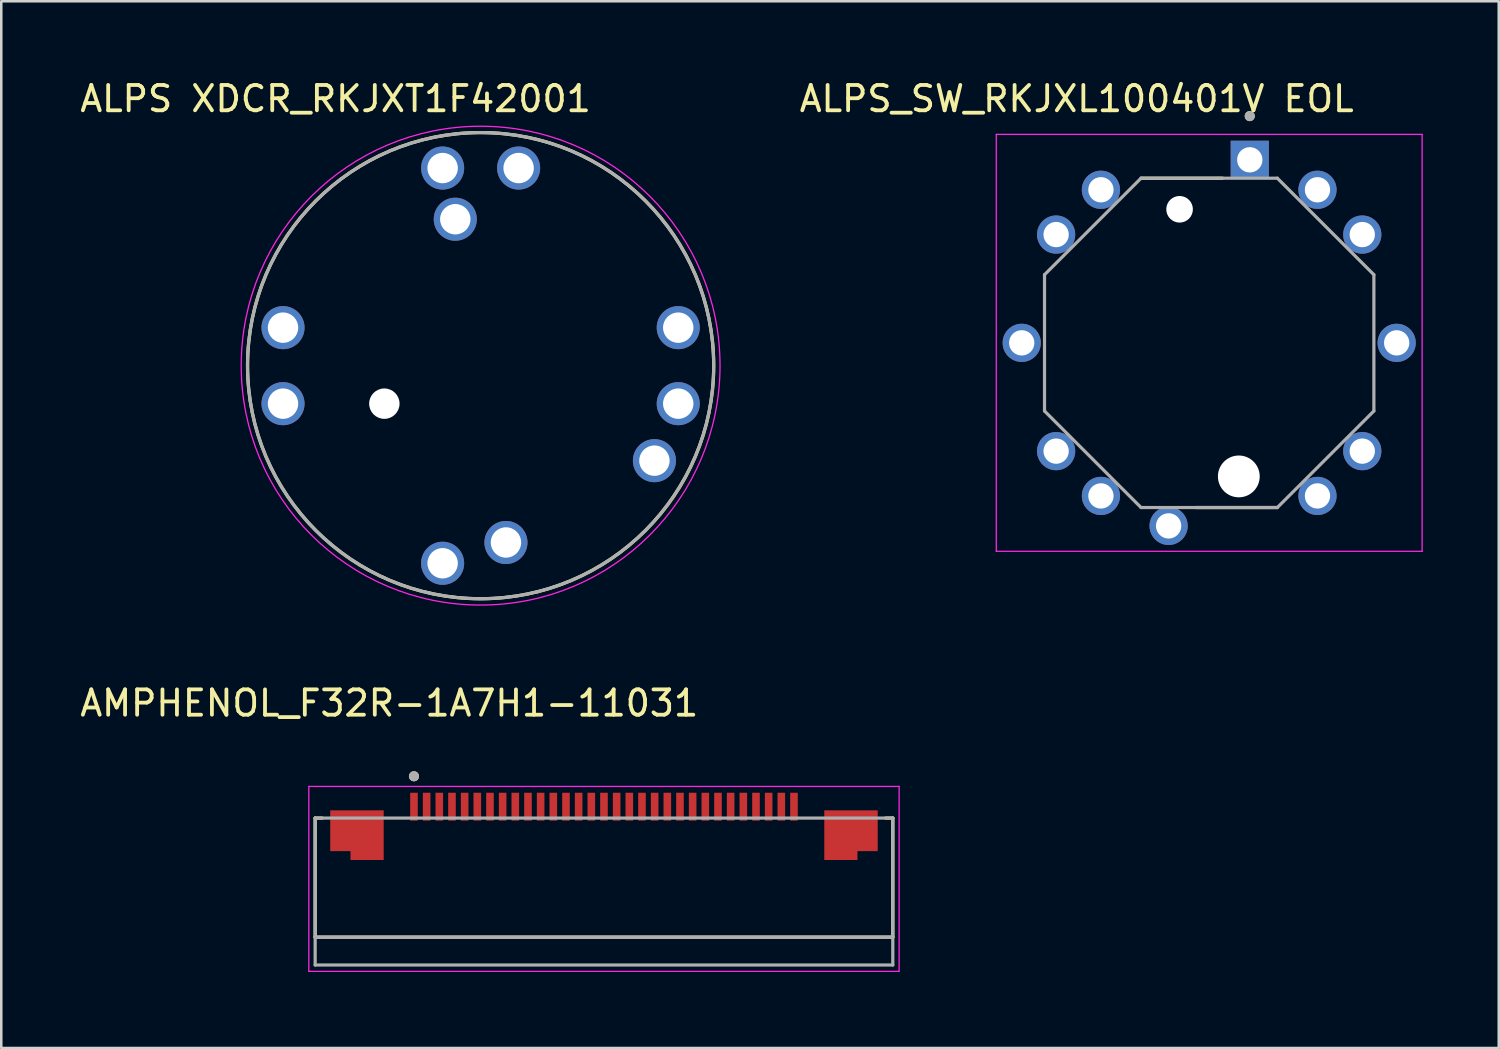
<source format=kicad_pcb>
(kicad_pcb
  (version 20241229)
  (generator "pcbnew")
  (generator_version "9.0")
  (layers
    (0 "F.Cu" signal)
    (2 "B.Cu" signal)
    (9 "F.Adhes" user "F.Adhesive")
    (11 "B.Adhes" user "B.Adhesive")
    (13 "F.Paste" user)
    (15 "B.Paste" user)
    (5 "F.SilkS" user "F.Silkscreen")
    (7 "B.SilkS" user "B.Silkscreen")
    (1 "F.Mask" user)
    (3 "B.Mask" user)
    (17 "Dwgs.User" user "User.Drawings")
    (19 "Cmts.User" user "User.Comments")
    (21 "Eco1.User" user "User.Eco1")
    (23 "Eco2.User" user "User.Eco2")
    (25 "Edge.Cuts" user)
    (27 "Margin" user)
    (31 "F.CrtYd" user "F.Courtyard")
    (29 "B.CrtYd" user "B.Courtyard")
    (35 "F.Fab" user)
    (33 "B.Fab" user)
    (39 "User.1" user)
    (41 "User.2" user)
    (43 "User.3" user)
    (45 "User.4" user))
  (footprint "ALPS XDCR_RKJXT1F42001"
    (layer "F.Cu")
    (at 15.921 11.383)
    (property "Reference" "ALPS XDCR_RKJXT1F42001" (at -5.725 -10.535 0) (layer "F.SilkS") (effects (font (size 1 1) (thickness 0.15))))
    (attr through_hole)
    (fp_circle (center 0 0) (end 9.2 0) (stroke (width 0.127) (type solid)) (fill no) (layer "F.SilkS"))
    (fp_circle (center 0 0) (end 9.45 0) (stroke (width 0.05) (type solid)) (fill no) (layer "F.CrtYd"))
    (fp_circle (center 0 0) (end 9.2 0) (stroke (width 0.127) (type solid)) (fill no) (layer "F.Fab"))
    (pad "" np_thru_hole circle (at -3.8 1.5) (size 1.2 1.2) (drill 1.2) (layers "*.Cu" "*.Mask"))
    (pad "A" thru_hole circle (at -1.5 7.8) (size 1.7 1.7) (drill 1.2) (layers "*.Cu" "*.Mask"))
    (pad "B" thru_hole circle (at 7.8 1.5) (size 1.7 1.7) (drill 1.2) (layers "*.Cu" "*.Mask"))
    (pad "C" thru_hole circle (at 1.5 -7.8) (size 1.7 1.7) (drill 1.2) (layers "*.Cu" "*.Mask"))
    (pad "COM" thru_hole circle (at -1 -5.78) (size 1.7 1.7) (drill 1.2) (layers "*.Cu" "*.Mask"))
    (pad "D" thru_hole circle (at -7.8 -1.5) (size 1.7 1.7) (drill 1.2) (layers "*.Cu" "*.Mask"))
    (pad "EN_A" thru_hole circle (at -7.8 1.5) (size 1.7 1.7) (drill 1.2) (layers "*.Cu" "*.Mask"))
    (pad "EN_B" thru_hole circle (at 7.8 -1.5) (size 1.7 1.7) (drill 1.2) (layers "*.Cu" "*.Mask"))
    (pad "EN_COM" thru_hole circle (at -1.5 -7.8) (size 1.7 1.7) (drill 1.2) (layers "*.Cu" "*.Mask"))
    (pad "GND" thru_hole circle (at 6.86 3.75) (size 1.7 1.7) (drill 1.2) (layers "*.Cu" "*.Mask"))
    (pad "P" thru_hole circle (at 1 6.98) (size 1.7 1.7) (drill 1.2) (layers "*.Cu" "*.Mask")))
  (footprint "AMPHENOL_F32R-1A7H1-11031"
    (layer "F.Cu")
    (at 20.79 31.591)
    (property "Reference" "AMPHENOL_F32R-1A7H1-11031" (at -8.475 -6.885 0) (layer "F.SilkS") (effects (font (size 1 1) (thickness 0.15))))
    (attr smd)
    (fp_poly (pts (xy -10.9 -0.95) (xy -10.1 -0.95) (xy -10.1 -0.6) (xy -8.6 -0.6) (xy -8.6 -2.75) (xy -10.9 -2.75)) (stroke (width 0.01) (type solid)) (fill yes) (layer "F.Mask"))
    (fp_poly (pts (xy 8.6 -0.6) (xy 10.1 -0.6) (xy 10.1 -0.95) (xy 10.9 -0.95) (xy 10.9 -2.75) (xy 8.6 -2.75)) (stroke (width 0.01) (type solid)) (fill yes) (layer "F.Mask"))
    (fp_line (start -11.4 -2.35) (end -11.4 2.35) (stroke (width 0.127) (type solid)) (layer "F.SilkS"))
    (fp_line (start -11.4 2.35) (end 11.4 2.35) (stroke (width 0.127) (type solid)) (layer "F.SilkS"))
    (fp_line (start -11.12 -2.35) (end -11.4 -2.35) (stroke (width 0.127) (type solid)) (layer "F.SilkS"))
    (fp_line (start 11.4 -2.35) (end 11.12 -2.35) (stroke (width 0.127) (type solid)) (layer "F.SilkS"))
    (fp_line (start 11.4 2.35) (end 11.4 -2.35) (stroke (width 0.127) (type solid)) (layer "F.SilkS"))
    (fp_circle (center -7.5 -4) (end -7.4 -4) (stroke (width 0.2) (type solid)) (fill no) (layer "F.SilkS"))
    (fp_poly (pts (xy -10.8 -1.05) (xy -10 -1.05) (xy -10 -0.7) (xy -8.7 -0.7) (xy -8.7 -2.65) (xy -10.8 -2.65)) (stroke (width 0.01) (type solid)) (fill yes) (layer "F.Paste"))
    (fp_poly (pts (xy 10 -0.7) (xy 8.7 -0.7) (xy 8.7 -2.65) (xy 10.8 -2.65) (xy 10.8 -1.05) (xy 10 -1.05)) (stroke (width 0.01) (type solid)) (fill yes) (layer "F.Paste"))
    (fp_line (start -11.65 -3.6) (end -11.65 3.7) (stroke (width 0.05) (type solid)) (layer "F.CrtYd"))
    (fp_line (start -11.65 3.7) (end 11.65 3.7) (stroke (width 0.05) (type solid)) (layer "F.CrtYd"))
    (fp_line (start 11.65 -3.6) (end -11.65 -3.6) (stroke (width 0.05) (type solid)) (layer "F.CrtYd"))
    (fp_line (start 11.65 3.7) (end 11.65 -3.6) (stroke (width 0.05) (type solid)) (layer "F.CrtYd"))
    (fp_line (start -11.4 -2.35) (end -11.4 2.35) (stroke (width 0.127) (type solid)) (layer "F.Fab"))
    (fp_line (start -11.4 2.35) (end -11.4 3.45) (stroke (width 0.127) (type solid)) (layer "F.Fab"))
    (fp_line (start -11.4 2.35) (end 11.4 2.35) (stroke (width 0.127) (type solid)) (layer "F.Fab"))
    (fp_line (start -11.4 3.45) (end 11.4 3.45) (stroke (width 0.127) (type solid)) (layer "F.Fab"))
    (fp_line (start 11.4 -2.35) (end -11.4 -2.35) (stroke (width 0.127) (type solid)) (layer "F.Fab"))
    (fp_line (start 11.4 2.35) (end 11.4 -2.35) (stroke (width 0.127) (type solid)) (layer "F.Fab"))
    (fp_line (start 11.4 3.45) (end 11.4 2.35) (stroke (width 0.127) (type solid)) (layer "F.Fab"))
    (fp_circle (center -7.5 -4) (end -7.4 -4) (stroke (width 0.2) (type solid)) (fill no) (layer "F.Fab"))
    (pad "1" smd rect (at -7.5 -2.8) (size 0.3 1.1) (layers "F.Cu" "F.Mask" "F.Paste"))
    (pad "2" smd rect (at -7 -2.8) (size 0.3 1.1) (layers "F.Cu" "F.Mask" "F.Paste"))
    (pad "3" smd rect (at -6.5 -2.8) (size 0.3 1.1) (layers "F.Cu" "F.Mask" "F.Paste"))
    (pad "4" smd rect (at -6 -2.8) (size 0.3 1.1) (layers "F.Cu" "F.Mask" "F.Paste"))
    (pad "5" smd rect (at -5.5 -2.8) (size 0.3 1.1) (layers "F.Cu" "F.Mask" "F.Paste"))
    (pad "6" smd rect (at -5 -2.8) (size 0.3 1.1) (layers "F.Cu" "F.Mask" "F.Paste"))
    (pad "7" smd rect (at -4.5 -2.8) (size 0.3 1.1) (layers "F.Cu" "F.Mask" "F.Paste"))
    (pad "8" smd rect (at -4 -2.8) (size 0.3 1.1) (layers "F.Cu" "F.Mask" "F.Paste"))
    (pad "9" smd rect (at -3.5 -2.8) (size 0.3 1.1) (layers "F.Cu" "F.Mask" "F.Paste"))
    (pad "10" smd rect (at -3 -2.8) (size 0.3 1.1) (layers "F.Cu" "F.Mask" "F.Paste"))
    (pad "11" smd rect (at -2.5 -2.8) (size 0.3 1.1) (layers "F.Cu" "F.Mask" "F.Paste"))
    (pad "12" smd rect (at -2 -2.8) (size 0.3 1.1) (layers "F.Cu" "F.Mask" "F.Paste"))
    (pad "13" smd rect (at -1.5 -2.8) (size 0.3 1.1) (layers "F.Cu" "F.Mask" "F.Paste"))
    (pad "14" smd rect (at -1 -2.8) (size 0.3 1.1) (layers "F.Cu" "F.Mask" "F.Paste"))
    (pad "15" smd rect (at -0.5 -2.8) (size 0.3 1.1) (layers "F.Cu" "F.Mask" "F.Paste"))
    (pad "16" smd rect (at 0 -2.8) (size 0.3 1.1) (layers "F.Cu" "F.Mask" "F.Paste"))
    (pad "17" smd rect (at 0.5 -2.8) (size 0.3 1.1) (layers "F.Cu" "F.Mask" "F.Paste"))
    (pad "18" smd rect (at 1 -2.8) (size 0.3 1.1) (layers "F.Cu" "F.Mask" "F.Paste"))
    (pad "19" smd rect (at 1.5 -2.8) (size 0.3 1.1) (layers "F.Cu" "F.Mask" "F.Paste"))
    (pad "20" smd rect (at 2 -2.8) (size 0.3 1.1) (layers "F.Cu" "F.Mask" "F.Paste"))
    (pad "21" smd rect (at 2.5 -2.8) (size 0.3 1.1) (layers "F.Cu" "F.Mask" "F.Paste"))
    (pad "22" smd rect (at 3 -2.8) (size 0.3 1.1) (layers "F.Cu" "F.Mask" "F.Paste"))
    (pad "23" smd rect (at 3.5 -2.8) (size 0.3 1.1) (layers "F.Cu" "F.Mask" "F.Paste"))
    (pad "24" smd rect (at 4 -2.8) (size 0.3 1.1) (layers "F.Cu" "F.Mask" "F.Paste"))
    (pad "25" smd rect (at 4.5 -2.8) (size 0.3 1.1) (layers "F.Cu" "F.Mask" "F.Paste"))
    (pad "26" smd rect (at 5 -2.8) (size 0.3 1.1) (layers "F.Cu" "F.Mask" "F.Paste"))
    (pad "27" smd rect (at 5.5 -2.8) (size 0.3 1.1) (layers "F.Cu" "F.Mask" "F.Paste"))
    (pad "28" smd rect (at 6 -2.8) (size 0.3 1.1) (layers "F.Cu" "F.Mask" "F.Paste"))
    (pad "29" smd rect (at 6.5 -2.8) (size 0.3 1.1) (layers "F.Cu" "F.Mask" "F.Paste"))
    (pad "30" smd rect (at 7 -2.8) (size 0.3 1.1) (layers "F.Cu" "F.Mask" "F.Paste"))
    (pad "31" smd rect (at 7.5 -2.8) (size 0.3 1.1) (layers "F.Cu" "F.Mask" "F.Paste"))
    (pad "SH1" smd custom (at -9.75 -1.85) (size 0.5 0.5) (layers "F.Cu") (options (anchor rect)) (primitives (gr_poly (pts (xy -1.05 -0.8) (xy 1.05 -0.8) (xy 1.05 1.15) (xy -0.25 1.15) (xy -0.25 0.8) (xy -1.05 0.8)) (width 0.01) (fill yes))))
    (pad "SH2" smd custom (at 9.75 -1.85) (size 0.5 0.5) (layers "F.Cu") (options (anchor rect)) (primitives (gr_poly (pts (xy -1.05 -0.8) (xy -1.05 1.15) (xy 0.25 1.15) (xy 0.25 0.8) (xy 1.05 0.8) (xy 1.05 -0.8)) (width 0.01) (fill yes)))))
  (footprint "ALPS_SW_RKJXL100401V EOL"
    (layer "F.Cu")
    (at 44.679 10.483)
    (property "Reference" "ALPS_SW_RKJXL100401V EOL" (at -5.229 -9.635 0) (layer "F.SilkS") (effects (font (size 1 1) (thickness 0.15))))
    (attr through_hole)
    (fp_line (start -2.68 -6.5) (end 0.525 -6.5) (stroke (width 0.127) (type solid)) (layer "F.SilkS"))
    (fp_line (start 2.68 6.5) (end -0.525 6.5) (stroke (width 0.127) (type solid)) (layer "F.SilkS"))
    (fp_circle (center 1.6 -8.95) (end 1.7 -8.95) (stroke (width 0.2) (type solid)) (fill no) (layer "F.SilkS"))
    (fp_line (start -8.404 -8.229) (end -8.404 8.229) (stroke (width 0.05) (type solid)) (layer "F.CrtYd"))
    (fp_line (start -8.404 8.229) (end 8.404 8.229) (stroke (width 0.05) (type solid)) (layer "F.CrtYd"))
    (fp_line (start 8.404 -8.229) (end -8.404 -8.229) (stroke (width 0.05) (type solid)) (layer "F.CrtYd"))
    (fp_line (start 8.404 8.229) (end 8.404 -8.229) (stroke (width 0.05) (type solid)) (layer "F.CrtYd"))
    (fp_line (start -6.5 -2.69) (end -6.5 2.69) (stroke (width 0.127) (type solid)) (layer "F.Fab"))
    (fp_line (start -6.5 2.69) (end -2.69 6.5) (stroke (width 0.127) (type solid)) (layer "F.Fab"))
    (fp_line (start -2.69 -6.5) (end -6.5 -2.69) (stroke (width 0.127) (type solid)) (layer "F.Fab"))
    (fp_line (start -2.69 -6.5) (end 2.69 -6.5) (stroke (width 0.127) (type solid)) (layer "F.Fab"))
    (fp_line (start -2.69 6.5) (end 2.69 6.5) (stroke (width 0.127) (type solid)) (layer "F.Fab"))
    (fp_line (start 2.69 -6.5) (end 6.5 -2.69) (stroke (width 0.127) (type solid)) (layer "F.Fab"))
    (fp_line (start 6.5 -2.69) (end 6.5 2.69) (stroke (width 0.127) (type solid)) (layer "F.Fab"))
    (fp_line (start 6.5 2.69) (end 2.69 6.5) (stroke (width 0.127) (type solid)) (layer "F.Fab"))
    (fp_circle (center 1.6 -8.95) (end 1.7 -8.95) (stroke (width 0.2) (type solid)) (fill no) (layer "F.Fab"))
    (pad "" np_thru_hole circle (at -1.169 -5.272) (size 1.05 1.05) (drill 1.05) (layers "*.Cu" "*.Mask"))
    (pad "" np_thru_hole circle (at 1.169 5.272) (size 1.65 1.65) (drill 1.65) (layers "*.Cu" "*.Mask"))
    (pad "1" thru_hole rect (at 1.602 -7.225) (size 1.508 1.508) (drill 1) (layers "*.Cu" "*.Mask"))
    (pad "2" thru_hole circle (at -1.602 7.225) (size 1.508 1.508) (drill 1) (layers "*.Cu" "*.Mask"))
    (pad "A" thru_hole circle (at -4.274 -6.042) (size 1.508 1.508) (drill 1) (layers "*.Cu" "*.Mask"))
    (pad "B" thru_hole circle (at -6.042 -4.274) (size 1.508 1.508) (drill 1) (layers "*.Cu" "*.Mask"))
    (pad "C" thru_hole circle (at -6.042 4.274) (size 1.508 1.508) (drill 1) (layers "*.Cu" "*.Mask"))
    (pad "C1" thru_hole circle (at 7.4 0) (size 1.508 1.508) (drill 1) (layers "*.Cu" "*.Mask"))
    (pad "C2" thru_hole circle (at -7.4 0) (size 1.508 1.508) (drill 1) (layers "*.Cu" "*.Mask"))
    (pad "D" thru_hole circle (at -4.274 6.042) (size 1.508 1.508) (drill 1) (layers "*.Cu" "*.Mask"))
    (pad "E" thru_hole circle (at 4.274 6.042) (size 1.508 1.508) (drill 1) (layers "*.Cu" "*.Mask"))
    (pad "F" thru_hole circle (at 6.042 4.274) (size 1.508 1.508) (drill 1) (layers "*.Cu" "*.Mask"))
    (pad "G" thru_hole circle (at 6.042 -4.274) (size 1.508 1.508) (drill 1) (layers "*.Cu" "*.Mask"))
    (pad "H" thru_hole circle (at 4.274 -6.042) (size 1.508 1.508) (drill 1) (layers "*.Cu" "*.Mask")))
  (gr_rect
    (start -3 -3)
    (end 56.108 38.316)
    (stroke (width 0.1) (type default))
    (fill no)
    (layer "Edge.Cuts")))
</source>
